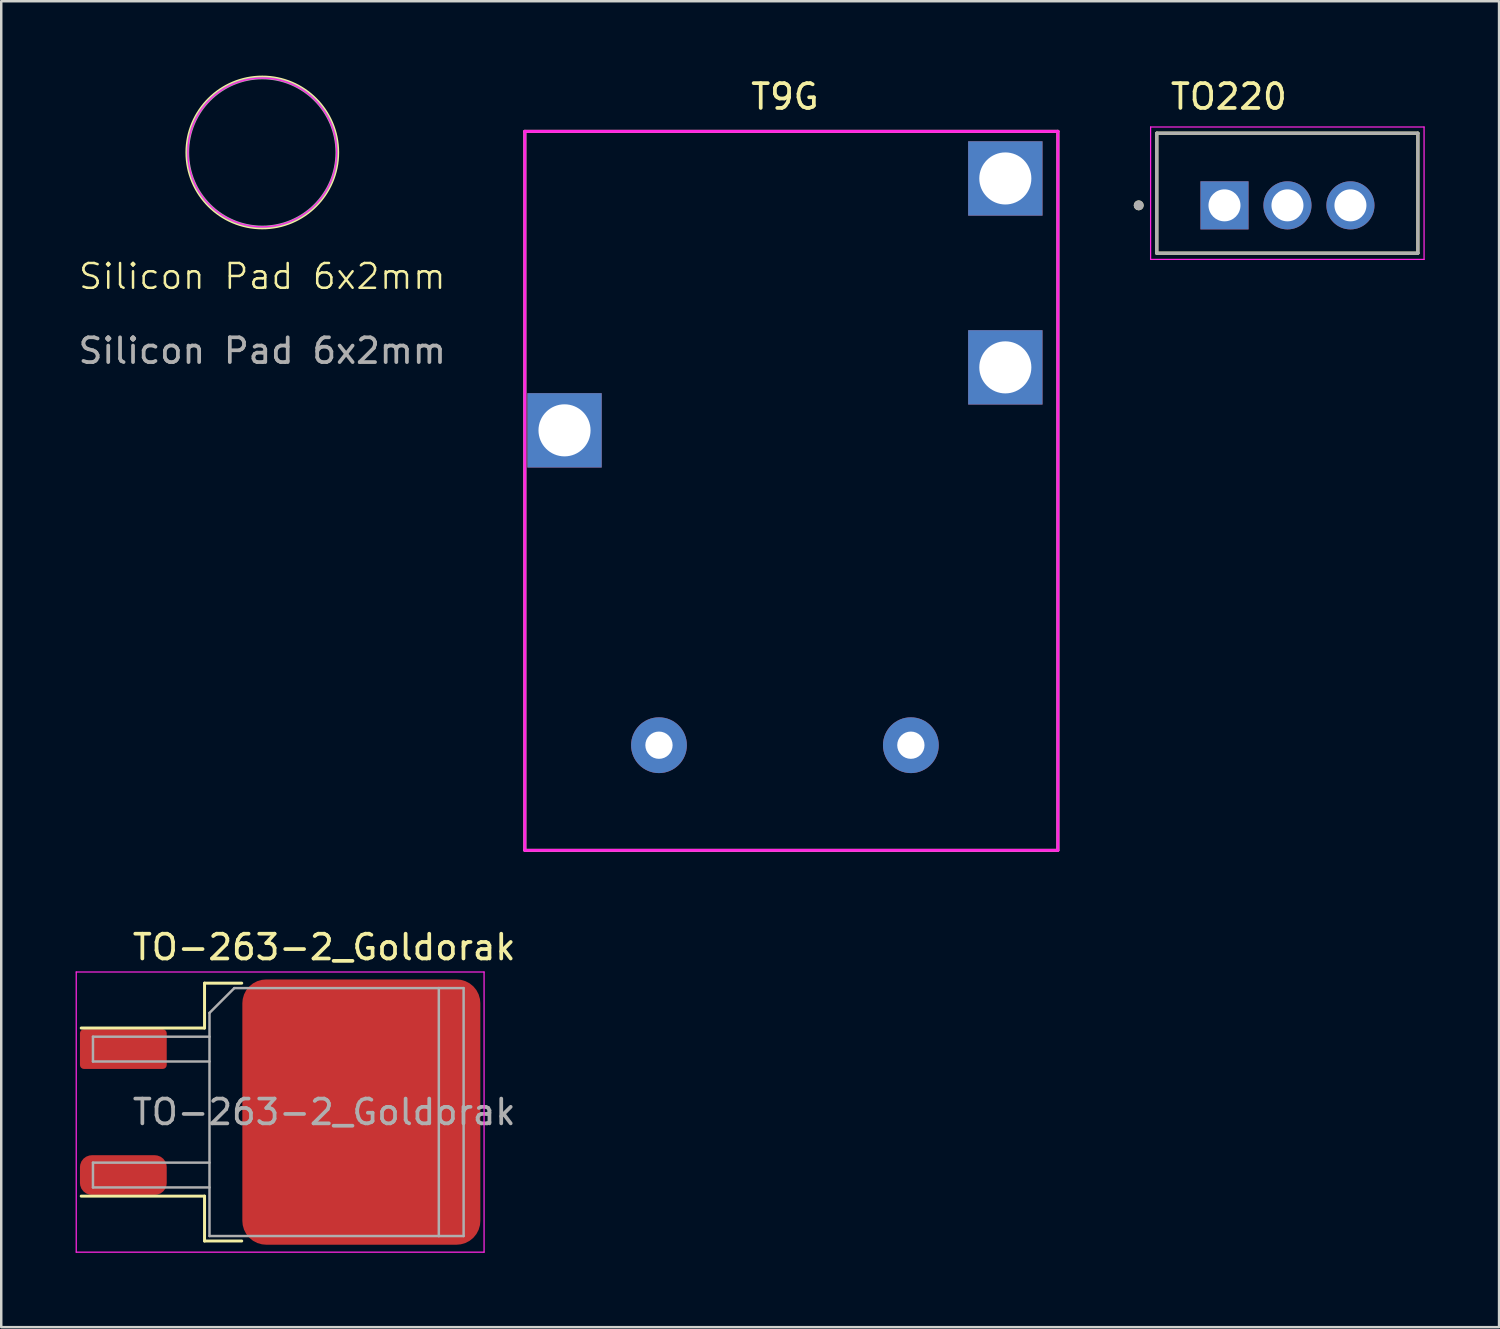
<source format=kicad_pcb>
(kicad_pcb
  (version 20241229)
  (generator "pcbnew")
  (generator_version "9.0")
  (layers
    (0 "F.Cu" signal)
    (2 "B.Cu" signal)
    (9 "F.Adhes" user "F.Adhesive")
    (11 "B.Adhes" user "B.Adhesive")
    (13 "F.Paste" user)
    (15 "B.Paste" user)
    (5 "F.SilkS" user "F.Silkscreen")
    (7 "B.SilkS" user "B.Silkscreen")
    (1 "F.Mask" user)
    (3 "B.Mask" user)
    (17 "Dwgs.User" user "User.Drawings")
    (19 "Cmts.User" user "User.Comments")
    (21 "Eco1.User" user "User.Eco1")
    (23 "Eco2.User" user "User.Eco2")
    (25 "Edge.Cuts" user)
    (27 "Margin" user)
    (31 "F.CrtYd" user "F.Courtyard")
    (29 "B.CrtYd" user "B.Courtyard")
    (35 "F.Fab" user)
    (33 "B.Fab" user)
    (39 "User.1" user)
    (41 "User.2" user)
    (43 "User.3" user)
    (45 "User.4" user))
  (footprint "T9G"
    (layer "F.Cu")
    (at 28.61 16.848)
    (property "Reference" "T9G" (at 0 -16 0) (layer "F.SilkS") (effects (font (size 1 1) (thickness 0.15))))
    (attr through_hole)
    (fp_line (start -10.49 -14.6) (end -10.49 14.4) (stroke (width 0.12) (type solid)) (layer "F.SilkS"))
    (fp_line (start -10.49 14.4) (end 11 14.4) (stroke (width 0.12) (type solid)) (layer "F.SilkS"))
    (fp_line (start 11.01 -14.6) (end -10.49 -14.6) (stroke (width 0.12) (type solid)) (layer "F.SilkS"))
    (fp_line (start 11.01 -14.6) (end 11.01 14.4) (stroke (width 0.12) (type solid)) (layer "F.SilkS"))
    (fp_line (start -10.49 -14.6) (end -10.49 14.4) (stroke (width 0.12) (type solid)) (layer "F.CrtYd"))
    (fp_line (start -10.49 -14.6) (end 11.01 -14.6) (stroke (width 0.12) (type solid)) (layer "F.CrtYd"))
    (fp_line (start -10.49 14.4) (end 11.01 14.4) (stroke (width 0.12) (type solid)) (layer "F.CrtYd"))
    (fp_line (start 11.01 14.4) (end 11.01 -14.6) (stroke (width 0.12) (type solid)) (layer "F.CrtYd"))
    (pad "" thru_hole rect (at 8.89 -12.7) (size 3 3) (drill 2.1) (layers "*.Cu" "*.Mask"))
    (pad "1" thru_hole rect (at -8.89 -2.54) (size 3 3) (drill 2.1) (layers "*.Cu" "*.Mask"))
    (pad "2" thru_hole circle (at -5.08 10.16) (size 2.25 2.25) (drill 1.1) (layers "*.Cu" "*.Mask"))
    (pad "6" thru_hole circle (at 5.08 10.16) (size 2.25 2.25) (drill 1.1) (layers "*.Cu" "*.Mask"))
    (pad "7" thru_hole rect (at 8.89 -5.08) (size 3 3) (drill 2.1) (layers "*.Cu" "*.Mask")))
  (footprint "Silicon Pad 6x2mm"
    (layer "F.Cu")
    (at 7.53 3.1)
    (property "Reference" "Silicon Pad 6x2mm" (at 0 5 0) (unlocked yes) (layer "F.SilkS") (effects (font (size 1 1) (thickness 0.1))))
    (attr smd)
    (fp_circle (center 0 0) (end 3.05 0) (stroke (width 0.1) (type default)) (fill no) (layer "F.SilkS"))
    (fp_circle (center 0 0) (end 3 0) (stroke (width 0.05) (type solid)) (fill no) (layer "F.CrtYd"))
    (fp_circle (center 0 0) (end 3 0) (stroke (width 0.1) (type solid)) (fill no) (layer "F.Fab"))
    (fp_text user "${REFERENCE}" (at 0 8 0) (unlocked yes) (layer "F.Fab") (effects (font (size 1 1) (thickness 0.15)))))
  (footprint "TO-263-2_Goldorak"
    (layer "F.Cu")
    (at 10.025 41.806)
    (property "Reference" "TO-263-2_Goldorak" (at 0 -6.65 0) (layer "F.SilkS") (effects (font (size 1 1) (thickness 0.15))))
    (attr smd)
    (fp_line (start -4.825 -5.2) (end -4.825 -3.39) (stroke (width 0.12) (type solid)) (layer "F.SilkS"))
    (fp_line (start -4.825 -3.39) (end -9.8 -3.39) (stroke (width 0.12) (type solid)) (layer "F.SilkS"))
    (fp_line (start -4.825 3.39) (end -9.8 3.39) (stroke (width 0.12) (type solid)) (layer "F.SilkS"))
    (fp_line (start -4.825 5.2) (end -4.825 3.39) (stroke (width 0.12) (type solid)) (layer "F.SilkS"))
    (fp_line (start -3.325 -5.2) (end -4.825 -5.2) (stroke (width 0.12) (type solid)) (layer "F.SilkS"))
    (fp_line (start -3.325 5.2) (end -4.825 5.2) (stroke (width 0.12) (type solid)) (layer "F.SilkS"))
    (fp_line (start -10 -5.65) (end -10 5.65) (stroke (width 0.05) (type solid)) (layer "F.CrtYd"))
    (fp_line (start -10 5.65) (end 6.45 5.65) (stroke (width 0.05) (type solid)) (layer "F.CrtYd"))
    (fp_line (start 6.45 -5.65) (end -10 -5.65) (stroke (width 0.05) (type solid)) (layer "F.CrtYd"))
    (fp_line (start 6.45 5.65) (end 6.45 -5.65) (stroke (width 0.05) (type solid)) (layer "F.CrtYd"))
    (fp_line (start -9.325 -3.04) (end -9.325 -2.04) (stroke (width 0.1) (type solid)) (layer "F.Fab"))
    (fp_line (start -9.325 -2.04) (end -4.625 -2.04) (stroke (width 0.1) (type solid)) (layer "F.Fab"))
    (fp_line (start -9.325 2.04) (end -9.325 3.04) (stroke (width 0.1) (type solid)) (layer "F.Fab"))
    (fp_line (start -9.325 3.04) (end -4.625 3.04) (stroke (width 0.1) (type solid)) (layer "F.Fab"))
    (fp_line (start -4.625 -4) (end -3.625 -5) (stroke (width 0.1) (type solid)) (layer "F.Fab"))
    (fp_line (start -4.625 -3.04) (end -9.325 -3.04) (stroke (width 0.1) (type solid)) (layer "F.Fab"))
    (fp_line (start -4.625 2.04) (end -9.325 2.04) (stroke (width 0.1) (type solid)) (layer "F.Fab"))
    (fp_line (start -4.625 5) (end -4.625 -4) (stroke (width 0.1) (type solid)) (layer "F.Fab"))
    (fp_line (start -3.625 -5) (end 4.625 -5) (stroke (width 0.1) (type solid)) (layer "F.Fab"))
    (fp_line (start 4.625 -5) (end 4.625 5) (stroke (width 0.1) (type solid)) (layer "F.Fab"))
    (fp_line (start 4.625 -5) (end 5.625 -5) (stroke (width 0.1) (type solid)) (layer "F.Fab"))
    (fp_line (start 4.625 5) (end -4.625 5) (stroke (width 0.1) (type solid)) (layer "F.Fab"))
    (fp_line (start 5.625 -5) (end 5.625 5) (stroke (width 0.1) (type solid)) (layer "F.Fab"))
    (fp_line (start 5.625 5) (end 4.625 5) (stroke (width 0.1) (type solid)) (layer "F.Fab"))
    (fp_text user "${REFERENCE}" (at 0 0 0) (layer "F.Fab") (effects (font (size 1 1) (thickness 0.15))))
    (pad "1" smd roundrect (at -8.1 -2.54) (size 3.5 1.6) (layers "F.Cu" "F.Mask" "F.Paste") (roundrect_rratio 0.1))
    (pad "2" smd roundrect (at -0.925 -2.775) (size 4.55 5) (layers "F.Cu" "F.Paste") (roundrect_rratio 0.2))
    (pad "2" smd roundrect (at -0.925 2.775) (size 4.55 5) (layers "F.Cu" "F.Paste") (roundrect_rratio 0.2))
    (pad "2" smd roundrect (at 1.5 0) (size 9.6 10.7) (layers "F.Cu" "F.Mask") (roundrect_rratio 0.1))
    (pad "2" smd roundrect (at 3.925 -2.775) (size 4.55 5) (layers "F.Cu" "F.Paste") (roundrect_rratio 0.2))
    (pad "2" smd roundrect (at 3.925 2.775) (size 4.55 5) (layers "F.Cu" "F.Paste") (roundrect_rratio 0.2))
    (pad "3" smd roundrect (at -8.1 2.54) (size 3.5 1.6) (layers "F.Cu" "F.Mask" "F.Paste") (roundrect_rratio 0.3)))
  (footprint "TO220"
    (layer "F.Cu")
    (at 48.88 5.233)
    (property "Reference" "TO220" (at -2.365 -4.385 0) (layer "F.SilkS") (effects (font (size 1 1) (thickness 0.15))))
    (attr through_hole)
    (fp_line (start -5.27 -2.91) (end -5.27 1.93) (stroke (width 0.127) (type solid)) (layer "F.SilkS"))
    (fp_line (start -5.27 1.93) (end 5.26 1.93) (stroke (width 0.127) (type solid)) (layer "F.SilkS"))
    (fp_line (start 5.26 -2.91) (end -5.27 -2.91) (stroke (width 0.127) (type solid)) (layer "F.SilkS"))
    (fp_line (start 5.26 1.93) (end 5.26 -2.91) (stroke (width 0.127) (type solid)) (layer "F.SilkS"))
    (fp_circle (center -6 0) (end -5.9 0) (stroke (width 0.2) (type solid)) (fill no) (layer "F.SilkS"))
    (fp_line (start -5.52 -3.16) (end 5.51 -3.16) (stroke (width 0.05) (type solid)) (layer "F.CrtYd"))
    (fp_line (start -5.52 2.18) (end -5.52 -3.16) (stroke (width 0.05) (type solid)) (layer "F.CrtYd"))
    (fp_line (start 5.51 -3.16) (end 5.51 2.18) (stroke (width 0.05) (type solid)) (layer "F.CrtYd"))
    (fp_line (start 5.51 2.18) (end -5.52 2.18) (stroke (width 0.05) (type solid)) (layer "F.CrtYd"))
    (fp_line (start -5.27 -2.91) (end 5.26 -2.91) (stroke (width 0.127) (type solid)) (layer "F.Fab"))
    (fp_line (start -5.27 1.93) (end -5.27 -2.91) (stroke (width 0.127) (type solid)) (layer "F.Fab"))
    (fp_line (start 5.26 -2.91) (end 5.26 1.93) (stroke (width 0.127) (type solid)) (layer "F.Fab"))
    (fp_line (start 5.26 1.93) (end -5.27 1.93) (stroke (width 0.127) (type solid)) (layer "F.Fab"))
    (fp_circle (center -6 0) (end -5.9 0) (stroke (width 0.2) (type solid)) (fill no) (layer "F.Fab"))
    (pad "1" thru_hole rect (at -2.54 0) (size 1.94 1.94) (drill 1.29) (layers "*.Cu" "*.Mask"))
    (pad "2" thru_hole circle (at 0 0) (size 1.94 1.94) (drill 1.29) (layers "*.Cu" "*.Mask"))
    (pad "3" thru_hole circle (at 2.54 0) (size 1.94 1.94) (drill 1.29) (layers "*.Cu" "*.Mask")))
  (gr_rect
    (start -3 -3)
    (end 57.415 50.481)
    (stroke (width 0.1) (type default))
    (fill no)
    (layer "Edge.Cuts")))
</source>
